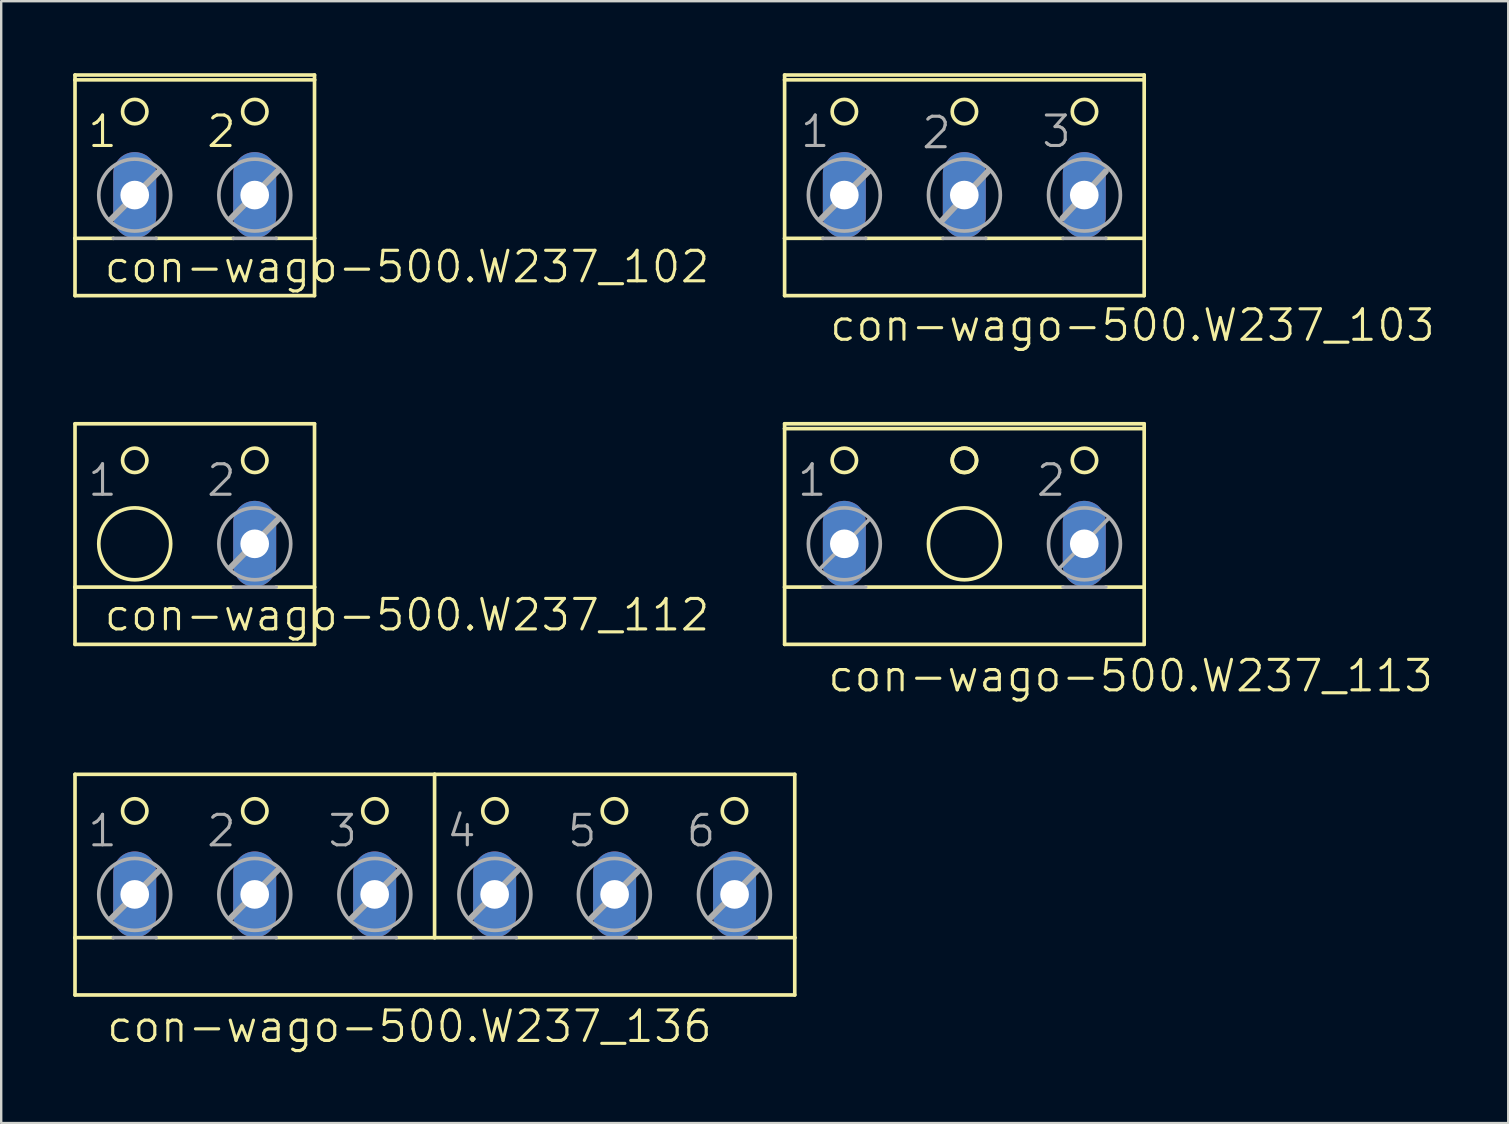
<source format=kicad_pcb>
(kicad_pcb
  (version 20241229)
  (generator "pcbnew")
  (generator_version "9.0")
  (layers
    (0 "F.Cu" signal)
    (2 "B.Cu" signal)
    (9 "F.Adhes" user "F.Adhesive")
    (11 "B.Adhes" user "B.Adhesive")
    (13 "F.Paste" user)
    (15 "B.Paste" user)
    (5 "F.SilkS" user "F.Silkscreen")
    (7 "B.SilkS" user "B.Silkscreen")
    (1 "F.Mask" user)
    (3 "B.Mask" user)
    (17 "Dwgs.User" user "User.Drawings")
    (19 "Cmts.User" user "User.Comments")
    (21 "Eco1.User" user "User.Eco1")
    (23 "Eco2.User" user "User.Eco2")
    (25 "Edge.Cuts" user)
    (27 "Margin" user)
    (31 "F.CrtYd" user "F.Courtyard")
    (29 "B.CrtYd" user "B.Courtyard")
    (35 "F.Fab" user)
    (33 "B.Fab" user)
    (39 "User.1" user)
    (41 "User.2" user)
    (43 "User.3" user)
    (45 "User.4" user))
  (footprint "con-wago-500.W237_113"
    (layer "F.Cu")
    (at 37.139 18.345)
    (property "Reference" "con-wago-500.W237_113" (at -5.762 7.518 0) (layer "F.SilkS") (effects (font (size 1.27 1.27) (thickness 0.13)) (justify left bottom)))
    (attr through_hole)
    (fp_line (start -7.489 -3.531) (end -7.489 -3.734) (stroke (width 0.152) (type default)) (layer "F.SilkS"))
    (fp_line (start -7.489 -3.531) (end 7.497 -3.531) (stroke (width 0.152) (type default)) (layer "F.SilkS"))
    (fp_line (start -7.489 3.073) (end -7.489 -3.531) (stroke (width 0.152) (type default)) (layer "F.SilkS"))
    (fp_line (start -7.489 3.073) (end -5.889 3.073) (stroke (width 0.152) (type default)) (layer "F.SilkS"))
    (fp_line (start -7.489 5.461) (end -7.489 3.073) (stroke (width 0.152) (type default)) (layer "F.SilkS"))
    (fp_line (start -7.489 5.461) (end 7.497 5.461) (stroke (width 0.152) (type default)) (layer "F.SilkS"))
    (fp_line (start -4.111 3.073) (end 4.119 3.073) (stroke (width 0.152) (type default)) (layer "F.SilkS"))
    (fp_line (start 5.897 3.073) (end 7.497 3.073) (stroke (width 0.152) (type default)) (layer "F.SilkS"))
    (fp_line (start 7.497 -3.734) (end -7.489 -3.734) (stroke (width 0.152) (type default)) (layer "F.SilkS"))
    (fp_line (start 7.497 -3.734) (end 7.497 -3.531) (stroke (width 0.152) (type default)) (layer "F.SilkS"))
    (fp_line (start 7.497 -3.531) (end 7.497 3.073) (stroke (width 0.152) (type default)) (layer "F.SilkS"))
    (fp_line (start 7.497 3.073) (end 7.497 5.461) (stroke (width 0.152) (type default)) (layer "F.SilkS"))
    (fp_circle (center -5 -2.21) (end -4.492 -2.21) (stroke (width 0.152) (type default)) (fill no) (layer "F.SilkS"))
    (fp_circle (center 0.004 -2.21) (end 0.512 -2.21) (stroke (width 0.152) (type default)) (fill no) (layer "F.SilkS"))
    (fp_circle (center 0.004 -2.21) (end 0.512 -2.21) (stroke (width 0.152) (type default)) (fill no) (layer "F.SilkS"))
    (fp_circle (center 0.004 1.27) (end 1.502 1.27) (stroke (width 0.152) (type default)) (fill no) (layer "F.SilkS"))
    (fp_circle (center 5.008 -2.21) (end 5.516 -2.21) (stroke (width 0.152) (type default)) (fill no) (layer "F.SilkS"))
    (fp_line (start -5.991 2.286) (end -3.984 0.279) (stroke (width 0.152) (type default)) (layer "F.Fab"))
    (fp_line (start -5.889 3.073) (end -4.111 3.073) (stroke (width 0.152) (type default)) (layer "F.Fab"))
    (fp_line (start 3.992 2.261) (end 5.973 0.254) (stroke (width 0.152) (type default)) (layer "F.Fab"))
    (fp_line (start 4.119 3.073) (end 5.897 3.073) (stroke (width 0.152) (type default)) (layer "F.Fab"))
    (fp_circle (center -5 1.27) (end -3.501 1.27) (stroke (width 0.152) (type default)) (fill no) (layer "F.Fab"))
    (fp_circle (center 5.008 1.27) (end 6.506 1.27) (stroke (width 0.152) (type default)) (fill no) (layer "F.Fab"))
    (fp_text user "1" (at -7.032 -0.635 0) (layer "F.Fab") (effects (font (size 1.27 1.27) (thickness 0.13)) (justify left bottom)))
    (fp_text user "2" (at 2.925 -0.635 0) (layer "F.Fab") (effects (font (size 1.27 1.27) (thickness 0.13)) (justify left bottom)))
    (pad "1" thru_hole oval (at -5 1.27 90) (size 3.581 1.791) (drill 1.194) (layers "*.Cu" "*.Mask"))
    (pad "2" thru_hole oval (at 5 1.27 90) (size 3.581 1.791) (drill 1.194) (layers "*.Cu" "*.Mask")))
  (footprint "con-wago-500.W237_136"
    (layer "F.Cu")
    (at 15.065 32.956)
    (property "Reference" "con-wago-500.W237_136" (at -13.745 7.518 0) (layer "F.SilkS") (effects (font (size 1.27 1.27) (thickness 0.13)) (justify left bottom)))
    (attr through_hole)
    (fp_line (start -14.989 3.073) (end -14.989 -3.734) (stroke (width 0.152) (type default)) (layer "F.SilkS"))
    (fp_line (start -14.989 3.073) (end -13.389 3.073) (stroke (width 0.152) (type default)) (layer "F.SilkS"))
    (fp_line (start -14.989 5.461) (end -14.989 3.073) (stroke (width 0.152) (type default)) (layer "F.SilkS"))
    (fp_line (start -14.989 5.461) (end 15.008 5.461) (stroke (width 0.152) (type default)) (layer "F.SilkS"))
    (fp_line (start -11.611 3.073) (end -8.385 3.073) (stroke (width 0.152) (type default)) (layer "F.SilkS"))
    (fp_line (start -6.607 3.073) (end -3.381 3.073) (stroke (width 0.152) (type default)) (layer "F.SilkS"))
    (fp_line (start -1.603 3.073) (end -0.003 3.073) (stroke (width 0.152) (type default)) (layer "F.SilkS"))
    (fp_line (start -0.003 -3.734) (end -14.989 -3.734) (stroke (width 0.152) (type default)) (layer "F.SilkS"))
    (fp_line (start -0.003 -3.734) (end -0.003 3.073) (stroke (width 0.152) (type default)) (layer "F.SilkS"))
    (fp_line (start -0.003 3.073) (end 1.622 3.073) (stroke (width 0.152) (type default)) (layer "F.SilkS"))
    (fp_line (start 3.4 3.073) (end 6.626 3.073) (stroke (width 0.152) (type default)) (layer "F.SilkS"))
    (fp_line (start 8.404 3.073) (end 11.63 3.073) (stroke (width 0.152) (type default)) (layer "F.SilkS"))
    (fp_line (start 13.408 3.073) (end 15.008 3.073) (stroke (width 0.152) (type default)) (layer "F.SilkS"))
    (fp_line (start 15.008 -3.734) (end -0.003 -3.734) (stroke (width 0.152) (type default)) (layer "F.SilkS"))
    (fp_line (start 15.008 -3.734) (end 15.008 3.073) (stroke (width 0.152) (type default)) (layer "F.SilkS"))
    (fp_line (start 15.008 3.073) (end 15.008 5.461) (stroke (width 0.152) (type default)) (layer "F.SilkS"))
    (fp_circle (center -12.5 -2.21) (end -11.992 -2.21) (stroke (width 0.152) (type default)) (fill no) (layer "F.SilkS"))
    (fp_circle (center -7.496 -2.21) (end -6.988 -2.21) (stroke (width 0.152) (type default)) (fill no) (layer "F.SilkS"))
    (fp_circle (center -2.492 -2.21) (end -1.984 -2.21) (stroke (width 0.152) (type default)) (fill no) (layer "F.SilkS"))
    (fp_circle (center 2.511 -2.21) (end 3.019 -2.21) (stroke (width 0.152) (type default)) (fill no) (layer "F.SilkS"))
    (fp_circle (center 7.49 -2.21) (end 7.998 -2.21) (stroke (width 0.152) (type default)) (fill no) (layer "F.SilkS"))
    (fp_circle (center 12.494 -2.21) (end 13.002 -2.21) (stroke (width 0.152) (type default)) (fill no) (layer "F.SilkS"))
    (fp_line (start -13.491 2.286) (end -11.484 0.279) (stroke (width 0.254) (type default)) (layer "F.Fab"))
    (fp_line (start -13.389 3.073) (end -11.611 3.073) (stroke (width 0.152) (type default)) (layer "F.Fab"))
    (fp_line (start -8.512 2.261) (end -6.531 0.254) (stroke (width 0.254) (type default)) (layer "F.Fab"))
    (fp_line (start -8.385 3.073) (end -6.607 3.073) (stroke (width 0.152) (type default)) (layer "F.Fab"))
    (fp_line (start -3.483 2.286) (end -1.476 0.279) (stroke (width 0.254) (type default)) (layer "F.Fab"))
    (fp_line (start -3.381 3.073) (end -1.603 3.073) (stroke (width 0.152) (type default)) (layer "F.Fab"))
    (fp_line (start 1.495 2.261) (end 3.477 0.254) (stroke (width 0.254) (type default)) (layer "F.Fab"))
    (fp_line (start 1.622 3.073) (end 3.4 3.073) (stroke (width 0.152) (type default)) (layer "F.Fab"))
    (fp_line (start 6.499 2.286) (end 8.506 0.279) (stroke (width 0.254) (type default)) (layer "F.Fab"))
    (fp_line (start 6.626 3.073) (end 8.404 3.073) (stroke (width 0.152) (type default)) (layer "F.Fab"))
    (fp_line (start 11.478 2.261) (end 13.459 0.254) (stroke (width 0.254) (type default)) (layer "F.Fab"))
    (fp_line (start 11.63 3.073) (end 13.408 3.073) (stroke (width 0.152) (type default)) (layer "F.Fab"))
    (fp_circle (center -12.5 1.27) (end -11.001 1.27) (stroke (width 0.152) (type default)) (fill no) (layer "F.Fab"))
    (fp_circle (center -7.496 1.27) (end -5.998 1.27) (stroke (width 0.152) (type default)) (fill no) (layer "F.Fab"))
    (fp_circle (center -2.492 1.27) (end -0.994 1.27) (stroke (width 0.152) (type default)) (fill no) (layer "F.Fab"))
    (fp_circle (center 2.511 1.27) (end 4.01 1.27) (stroke (width 0.152) (type default)) (fill no) (layer "F.Fab"))
    (fp_circle (center 7.49 1.27) (end 8.988 1.27) (stroke (width 0.152) (type default)) (fill no) (layer "F.Fab"))
    (fp_circle (center 12.494 1.27) (end 13.992 1.27) (stroke (width 0.152) (type default)) (fill no) (layer "F.Fab"))
    (fp_text user "6" (at 10.411 -0.635 0) (layer "F.Fab") (effects (font (size 1.27 1.27) (thickness 0.13)) (justify left bottom)))
    (fp_text user "5" (at 5.458 -0.635 0) (layer "F.Fab") (effects (font (size 1.27 1.27) (thickness 0.13)) (justify left bottom)))
    (fp_text user "3" (at -4.524 -0.635 0) (layer "F.Fab") (effects (font (size 1.27 1.27) (thickness 0.13)) (justify left bottom)))
    (fp_text user "4" (at 0.429 -0.635 0) (layer "F.Fab") (effects (font (size 1.27 1.27) (thickness 0.13)) (justify left bottom)))
    (fp_text user "2" (at -9.579 -0.635 0) (layer "F.Fab") (effects (font (size 1.27 1.27) (thickness 0.13)) (justify left bottom)))
    (fp_text user "1" (at -14.532 -0.635 0) (layer "F.Fab") (effects (font (size 1.27 1.27) (thickness 0.13)) (justify left bottom)))
    (pad "1" thru_hole oval (at -12.5 1.27 90) (size 3.581 1.791) (drill 1.194) (layers "*.Cu" "*.Mask"))
    (pad "2" thru_hole oval (at -7.5 1.27 90) (size 3.581 1.791) (drill 1.194) (layers "*.Cu" "*.Mask"))
    (pad "3" thru_hole oval (at -2.5 1.27 90) (size 3.581 1.791) (drill 1.194) (layers "*.Cu" "*.Mask"))
    (pad "4" thru_hole oval (at 2.5 1.27 90) (size 3.581 1.791) (drill 1.194) (layers "*.Cu" "*.Mask"))
    (pad "5" thru_hole oval (at 7.5 1.27 90) (size 3.581 1.791) (drill 1.194) (layers "*.Cu" "*.Mask"))
    (pad "6" thru_hole oval (at 12.5 1.27 90) (size 3.581 1.791) (drill 1.194) (layers "*.Cu" "*.Mask")))
  (footprint "con-wago-500.W237_102"
    (layer "F.Cu")
    (at 5.065 3.81)
    (property "Reference" "con-wago-500.W237_102" (at -3.846 5.004 0) (layer "F.SilkS") (effects (font (size 1.27 1.27) (thickness 0.13)) (justify left bottom)))
    (attr through_hole)
    (fp_line (start -4.989 -3.531) (end -4.989 -3.734) (stroke (width 0.152) (type default)) (layer "F.SilkS"))
    (fp_line (start -4.989 -3.531) (end 4.993 -3.531) (stroke (width 0.152) (type default)) (layer "F.SilkS"))
    (fp_line (start -4.989 3.073) (end -4.989 -3.531) (stroke (width 0.152) (type default)) (layer "F.SilkS"))
    (fp_line (start -4.989 3.073) (end -3.389 3.073) (stroke (width 0.152) (type default)) (layer "F.SilkS"))
    (fp_line (start -4.989 5.461) (end -4.989 3.073) (stroke (width 0.152) (type default)) (layer "F.SilkS"))
    (fp_line (start -4.989 5.461) (end 4.993 5.461) (stroke (width 0.152) (type default)) (layer "F.SilkS"))
    (fp_line (start -1.611 3.073) (end 1.615 3.073) (stroke (width 0.152) (type default)) (layer "F.SilkS"))
    (fp_line (start 3.393 3.073) (end 4.993 3.073) (stroke (width 0.152) (type default)) (layer "F.SilkS"))
    (fp_line (start 4.993 -3.734) (end -4.989 -3.734) (stroke (width 0.152) (type default)) (layer "F.SilkS"))
    (fp_line (start 4.993 -3.734) (end 4.993 -3.531) (stroke (width 0.152) (type default)) (layer "F.SilkS"))
    (fp_line (start 4.993 -3.531) (end 4.993 3.073) (stroke (width 0.152) (type default)) (layer "F.SilkS"))
    (fp_line (start 4.993 3.073) (end 4.993 5.461) (stroke (width 0.152) (type default)) (layer "F.SilkS"))
    (fp_circle (center -2.5 -2.21) (end -1.992 -2.21) (stroke (width 0.152) (type default)) (fill no) (layer "F.SilkS"))
    (fp_circle (center 2.504 -2.21) (end 3.012 -2.21) (stroke (width 0.152) (type default)) (fill no) (layer "F.SilkS"))
    (fp_line (start -3.491 2.286) (end -1.484 0.279) (stroke (width 0.254) (type default)) (layer "F.Fab"))
    (fp_line (start -3.389 3.073) (end -1.611 3.073) (stroke (width 0.152) (type default)) (layer "F.Fab"))
    (fp_line (start 1.488 2.261) (end 3.469 0.254) (stroke (width 0.254) (type default)) (layer "F.Fab"))
    (fp_line (start 1.615 3.073) (end 3.393 3.073) (stroke (width 0.152) (type default)) (layer "F.Fab"))
    (fp_circle (center -2.5 1.27) (end -1.001 1.27) (stroke (width 0.152) (type default)) (fill no) (layer "F.Fab"))
    (fp_circle (center 2.504 1.27) (end 4.002 1.27) (stroke (width 0.152) (type default)) (fill no) (layer "F.Fab"))
    (fp_text user "1" (at -4.532 -0.635 0) (layer "F.SilkS") (effects (font (size 1.27 1.27) (thickness 0.13)) (justify left bottom)))
    (fp_text user "2" (at 0.421 -0.635 0) (layer "F.SilkS") (effects (font (size 1.27 1.27) (thickness 0.13)) (justify left bottom)))
    (pad "1" thru_hole oval (at -2.5 1.27 90) (size 3.581 1.791) (drill 1.194) (layers "*.Cu" "*.Mask"))
    (pad "2" thru_hole oval (at 2.5 1.27 90) (size 3.581 1.791) (drill 1.194) (layers "*.Cu" "*.Mask")))
  (footprint "con-wago-500.W237_103"
    (layer "F.Cu")
    (at 37.139 3.79)
    (property "Reference" "con-wago-500.W237_103" (at -5.686 7.462 0) (layer "F.SilkS") (effects (font (size 1.27 1.27) (thickness 0.13)) (justify left bottom)))
    (attr through_hole)
    (fp_line (start -7.489 -3.511) (end -7.489 -3.714) (stroke (width 0.152) (type default)) (layer "F.SilkS"))
    (fp_line (start -7.489 3.093) (end -7.489 -3.511) (stroke (width 0.152) (type default)) (layer "F.SilkS"))
    (fp_line (start -7.489 3.093) (end -5.889 3.093) (stroke (width 0.152) (type default)) (layer "F.SilkS"))
    (fp_line (start -7.489 5.481) (end -7.489 3.093) (stroke (width 0.152) (type default)) (layer "F.SilkS"))
    (fp_line (start -7.489 5.481) (end 7.497 5.481) (stroke (width 0.152) (type default)) (layer "F.SilkS"))
    (fp_line (start -4.111 3.093) (end -0.885 3.093) (stroke (width 0.152) (type default)) (layer "F.SilkS"))
    (fp_line (start 0.893 3.093) (end 4.119 3.093) (stroke (width 0.152) (type default)) (layer "F.SilkS"))
    (fp_line (start 5.897 3.093) (end 7.497 3.093) (stroke (width 0.152) (type default)) (layer "F.SilkS"))
    (fp_line (start 7.497 -3.714) (end -7.489 -3.714) (stroke (width 0.152) (type default)) (layer "F.SilkS"))
    (fp_line (start 7.497 -3.714) (end 7.497 -3.511) (stroke (width 0.152) (type default)) (layer "F.SilkS"))
    (fp_line (start 7.497 -3.511) (end -7.489 -3.511) (stroke (width 0.152) (type default)) (layer "F.SilkS"))
    (fp_line (start 7.497 -3.511) (end 7.497 3.093) (stroke (width 0.152) (type default)) (layer "F.SilkS"))
    (fp_line (start 7.497 3.093) (end 7.497 5.481) (stroke (width 0.152) (type default)) (layer "F.SilkS"))
    (fp_circle (center -5 -2.19) (end -4.492 -2.19) (stroke (width 0.152) (type default)) (fill no) (layer "F.SilkS"))
    (fp_circle (center 0.004 -2.19) (end 0.512 -2.19) (stroke (width 0.152) (type default)) (fill no) (layer "F.SilkS"))
    (fp_circle (center 5.008 -2.19) (end 5.516 -2.19) (stroke (width 0.152) (type default)) (fill no) (layer "F.SilkS"))
    (fp_line (start -5.991 2.306) (end -3.984 0.299) (stroke (width 0.254) (type default)) (layer "F.Fab"))
    (fp_line (start -5.889 3.093) (end -4.111 3.093) (stroke (width 0.152) (type default)) (layer "F.Fab"))
    (fp_line (start -0.911 2.331) (end 0.994 0.299) (stroke (width 0.254) (type default)) (layer "F.Fab"))
    (fp_line (start -0.885 3.093) (end 0.893 3.093) (stroke (width 0.152) (type default)) (layer "F.Fab"))
    (fp_line (start 4.093 2.255) (end 5.897 0.299) (stroke (width 0.254) (type default)) (layer "F.Fab"))
    (fp_line (start 4.119 3.093) (end 5.897 3.093) (stroke (width 0.152) (type default)) (layer "F.Fab"))
    (fp_circle (center -5 1.29) (end -3.501 1.29) (stroke (width 0.152) (type default)) (fill no) (layer "F.Fab"))
    (fp_circle (center 0.004 1.29) (end 1.502 1.29) (stroke (width 0.152) (type default)) (fill no) (layer "F.Fab"))
    (fp_circle (center 5.008 1.29) (end 6.506 1.29) (stroke (width 0.152) (type default)) (fill no) (layer "F.Fab"))
    (fp_text user "2" (at -1.85 -0.564 0) (layer "F.Fab") (effects (font (size 1.27 1.27) (thickness 0.13)) (justify left bottom)))
    (fp_text user "1" (at -6.905 -0.615 0) (layer "F.Fab") (effects (font (size 1.27 1.27) (thickness 0.13)) (justify left bottom)))
    (fp_text user "3" (at 3.153 -0.615 0) (layer "F.Fab") (effects (font (size 1.27 1.27) (thickness 0.13)) (justify left bottom)))
    (pad "1" thru_hole oval (at -5 1.29 90) (size 3.581 1.791) (drill 1.194) (layers "*.Cu" "*.Mask"))
    (pad "2" thru_hole oval (at 0 1.29 90) (size 3.581 1.791) (drill 1.194) (layers "*.Cu" "*.Mask"))
    (pad "3" thru_hole oval (at 5 1.29 90) (size 3.581 1.791) (drill 1.194) (layers "*.Cu" "*.Mask")))
  (footprint "con-wago-500.W237_112"
    (layer "F.Cu")
    (at 5.065 18.345)
    (property "Reference" "con-wago-500.W237_112" (at -3.846 4.978 0) (layer "F.SilkS") (effects (font (size 1.27 1.27) (thickness 0.13)) (justify left bottom)))
    (attr through_hole)
    (fp_line (start -4.989 3.073) (end -4.989 -3.734) (stroke (width 0.152) (type default)) (layer "F.SilkS"))
    (fp_line (start -4.989 3.073) (end 1.615 3.073) (stroke (width 0.152) (type default)) (layer "F.SilkS"))
    (fp_line (start -4.989 5.461) (end -4.989 3.073) (stroke (width 0.152) (type default)) (layer "F.SilkS"))
    (fp_line (start -4.989 5.461) (end 4.993 5.461) (stroke (width 0.152) (type default)) (layer "F.SilkS"))
    (fp_line (start 3.393 3.073) (end 4.993 3.073) (stroke (width 0.152) (type default)) (layer "F.SilkS"))
    (fp_line (start 4.993 -3.734) (end -4.989 -3.734) (stroke (width 0.152) (type default)) (layer "F.SilkS"))
    (fp_line (start 4.993 -3.734) (end 4.993 3.073) (stroke (width 0.152) (type default)) (layer "F.SilkS"))
    (fp_line (start 4.993 3.073) (end 4.993 5.461) (stroke (width 0.152) (type default)) (layer "F.SilkS"))
    (fp_circle (center -2.5 -2.21) (end -1.992 -2.21) (stroke (width 0.152) (type default)) (fill no) (layer "F.SilkS"))
    (fp_circle (center -2.5 1.27) (end -1.001 1.27) (stroke (width 0.152) (type default)) (fill no) (layer "F.SilkS"))
    (fp_circle (center 2.504 -2.21) (end 3.012 -2.21) (stroke (width 0.152) (type default)) (fill no) (layer "F.SilkS"))
    (fp_line (start 1.488 2.261) (end 3.469 0.254) (stroke (width 0.254) (type default)) (layer "F.Fab"))
    (fp_line (start 1.615 3.073) (end 3.393 3.073) (stroke (width 0.152) (type default)) (layer "F.Fab"))
    (fp_circle (center 2.504 1.27) (end 4.002 1.27) (stroke (width 0.152) (type default)) (fill no) (layer "F.Fab"))
    (fp_text user "1" (at -4.532 -0.635 0) (layer "F.Fab") (effects (font (size 1.27 1.27) (thickness 0.13)) (justify left bottom)))
    (fp_text user "2" (at 0.421 -0.635 0) (layer "F.Fab") (effects (font (size 1.27 1.27) (thickness 0.13)) (justify left bottom)))
    (pad "1" thru_hole oval (at 2.5 1.27 90) (size 3.581 1.791) (drill 1.194) (layers "*.Cu" "*.Mask")))
  (gr_rect
    (start -3 -3)
    (end 59.808 43.756)
    (stroke (width 0.1) (type default))
    (fill no)
    (layer "Edge.Cuts")))
</source>
